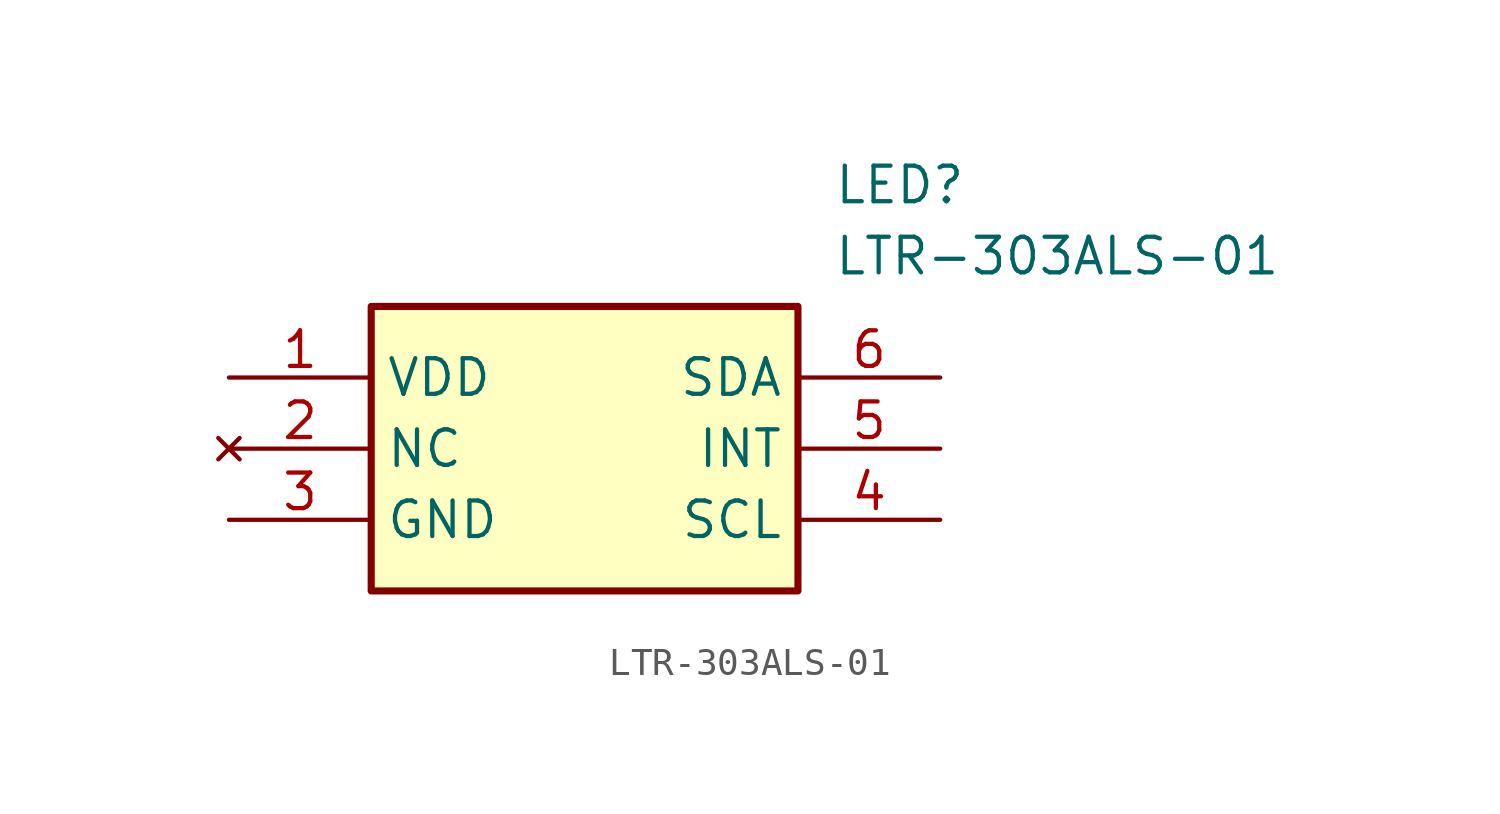
<source format=kicad_sym>
(kicad_symbol_lib
  (version 20211014)
  (generator SamacSys_ECAD_Model)
  (symbol "LTR-303ALS-01"
    (property "Reference" "LED"
      (at 21.59 7.62 0)
      (effects (font (size 1.27 1.27)) (justify left top)))
    (property "Value" "LTR-303ALS-01"
      (at 21.59 5.08 0)
      (effects (font (size 1.27 1.27)) (justify left top)))
    (rectangle
      (start 5.08 2.54)
      (end 20.32 -7.62)
      (stroke (width 0.254) (type default))
      (fill (type background)))
    (pin passive line
      (at 0 0 0)
      (length 5.08)
      (name "VDD" (effects (font (size 1.27 1.27))))
      (number "1" (effects (font (size 1.27 1.27)))))
    (pin no_connect line
      (at 0 -2.54 0)
      (length 5.08)
      (name "NC" (effects (font (size 1.27 1.27))))
      (number "2" (effects (font (size 1.27 1.27)))))
    (pin passive line
      (at 0 -5.08 0)
      (length 5.08)
      (name "GND" (effects (font (size 1.27 1.27))))
      (number "3" (effects (font (size 1.27 1.27)))))
    (pin passive line
      (at 25.4 -5.08 180)
      (length 5.08)
      (name "SCL" (effects (font (size 1.27 1.27))))
      (number "4" (effects (font (size 1.27 1.27)))))
    (pin passive line
      (at 25.4 -2.54 180)
      (length 5.08)
      (name "INT" (effects (font (size 1.27 1.27))))
      (number "5" (effects (font (size 1.27 1.27)))))
    (pin passive line
      (at 25.4 0 180)
      (length 5.08)
      (name "SDA" (effects (font (size 1.27 1.27))))
      (number "6" (effects (font (size 1.27 1.27)))))))
</source>
